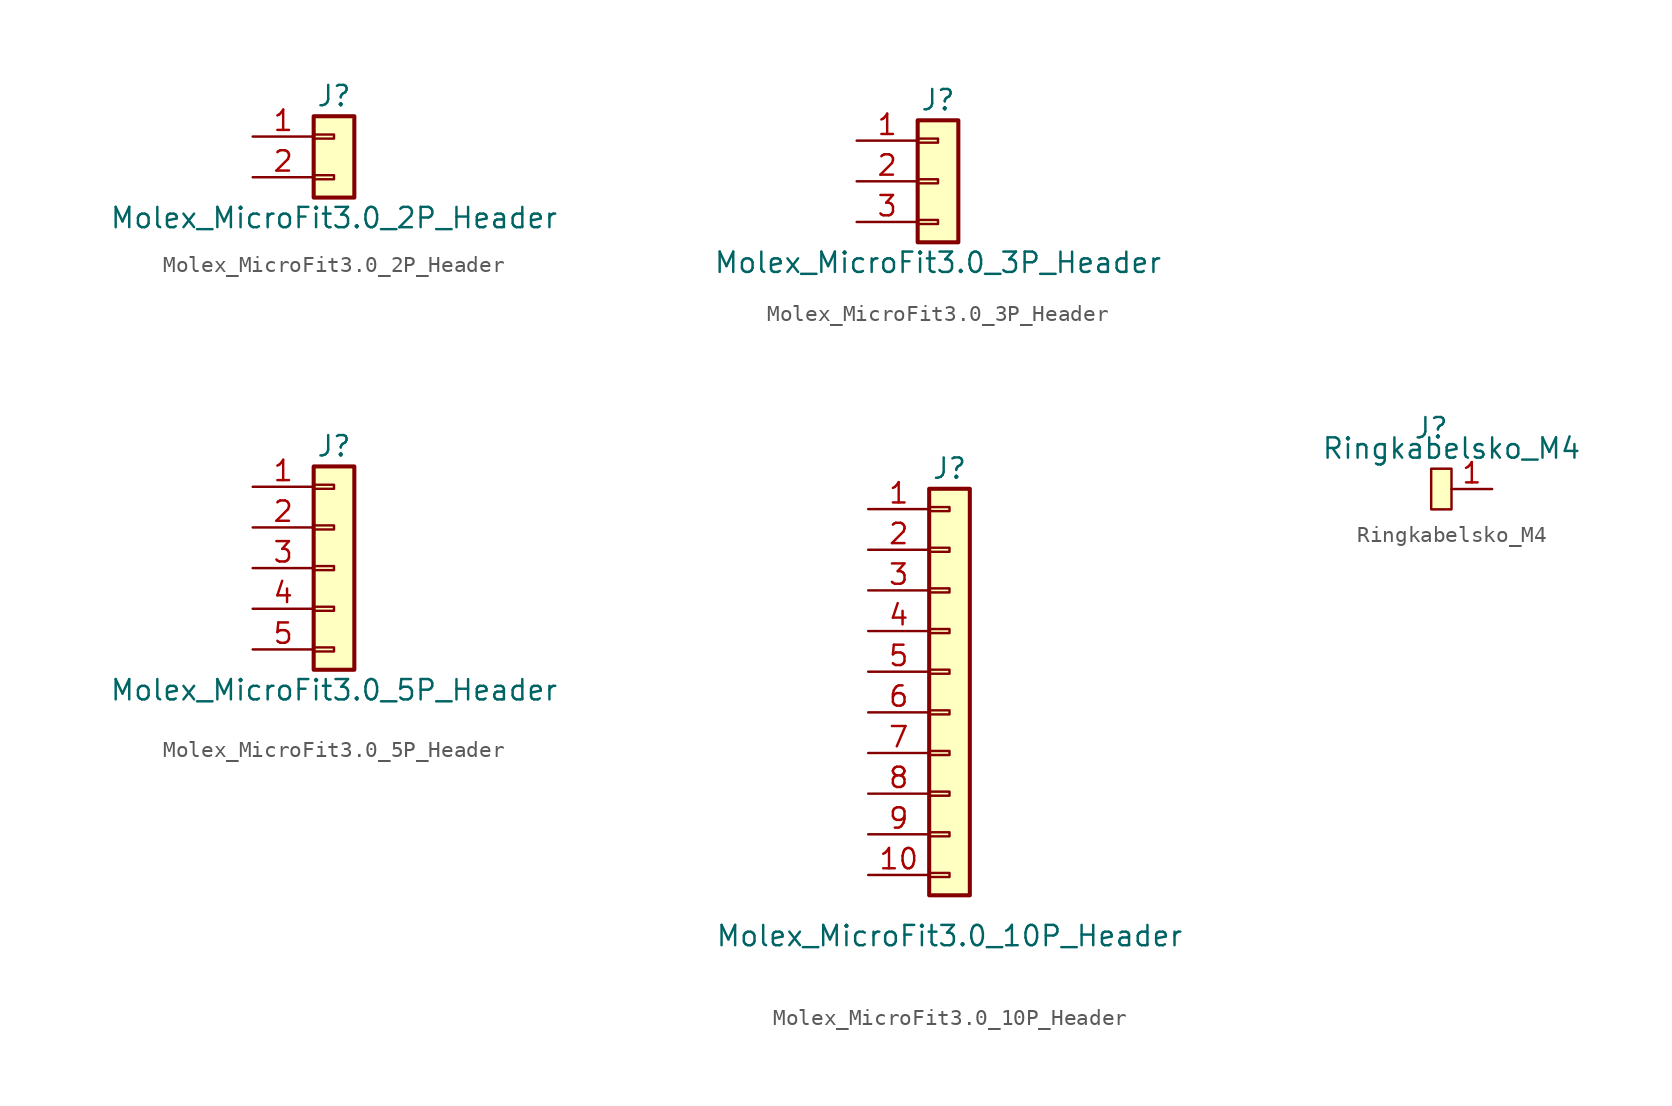
<source format=kicad_sym>
(kicad_symbol_lib
  (version 20241209)
  (generator "kicad_symbol_editor")
  (generator_version "9.0")
  (symbol "Molex_MicroFit3.0_2P_Header"
    (pin_names
      (offset 1.016))
    (property "Reference" "J"
      (at 1.27 1.27 0)
      (effects (font (size 1.27 1.27))))
    (property "Value" "Molex_MicroFit3.0_2P_Header"
      (at 1.27 -6.35 0)
      (effects (font (size 1.27 1.27))))
    (symbol "Molex_MicroFit3.0_2P_Header_1_1"
      (rectangle (start 0 0) (end 2.54 -5.08) (stroke (width 0.254) (type default)) (fill (type background)))
      (rectangle (start 0 -1.143) (end 1.27 -1.397) (stroke (width 0.152) (type default)) (fill (type none)))
      (rectangle (start 0 -3.683) (end 1.27 -3.937) (stroke (width 0.152) (type default)) (fill (type none)))
      (pin passive line (at -3.81 -1.27 0) (length 3.81) (name "~" (effects (font (size 1.27 1.27)))) (number "1" (effects (font (size 1.27 1.27)))))
      (pin passive line (at -3.81 -3.81 0) (length 3.81) (name "~" (effects (font (size 1.27 1.27)))) (number "2" (effects (font (size 1.27 1.27)))))))
  (symbol "Molex_MicroFit3.0_3P_Header"
    (pin_names
      (offset 1.016))
    (property "Reference" "J"
      (at 1.27 1.27 0)
      (effects (font (size 1.27 1.27))))
    (property "Value" "Molex_MicroFit3.0_3P_Header"
      (at 1.27 -8.89 0)
      (effects (font (size 1.27 1.27))))
    (symbol "Molex_MicroFit3.0_3P_Header_1_1"
      (rectangle (start 0 0) (end 2.54 -7.62) (stroke (width 0.254) (type default)) (fill (type background)))
      (rectangle (start 0 -1.143) (end 1.27 -1.397) (stroke (width 0.152) (type default)) (fill (type none)))
      (rectangle (start 0 -3.683) (end 1.27 -3.937) (stroke (width 0.152) (type default)) (fill (type none)))
      (rectangle (start 0 -6.223) (end 1.27 -6.477) (stroke (width 0.152) (type default)) (fill (type none)))
      (pin passive line (at -3.81 -1.27 0) (length 3.81) (name "~" (effects (font (size 1.27 1.27)))) (number "1" (effects (font (size 1.27 1.27)))))
      (pin passive line (at -3.81 -3.81 0) (length 3.81) (name "~" (effects (font (size 1.27 1.27)))) (number "2" (effects (font (size 1.27 1.27)))))
      (pin passive line (at -3.81 -6.35 0) (length 3.81) (name "~" (effects (font (size 1.27 1.27)))) (number "3" (effects (font (size 1.27 1.27)))))))
  (symbol "Molex_MicroFit3.0_5P_Header"
    (pin_names
      (offset 1.016))
    (property "Reference" "J"
      (at 1.27 1.27 0)
      (effects (font (size 1.27 1.27))))
    (property "Value" "Molex_MicroFit3.0_5P_Header"
      (at 1.27 -13.97 0)
      (effects (font (size 1.27 1.27))))
    (symbol "Molex_MicroFit3.0_5P_Header_1_1"
      (rectangle (start 0 0) (end 2.54 -12.7) (stroke (width 0.254) (type default)) (fill (type background)))
      (rectangle (start 0 -1.143) (end 1.27 -1.397) (stroke (width 0.152) (type default)) (fill (type none)))
      (rectangle (start 0 -3.683) (end 1.27 -3.937) (stroke (width 0.152) (type default)) (fill (type none)))
      (rectangle (start 0 -6.223) (end 1.27 -6.477) (stroke (width 0.152) (type default)) (fill (type none)))
      (rectangle (start 0 -8.763) (end 1.27 -9.017) (stroke (width 0.152) (type default)) (fill (type none)))
      (rectangle (start 0 -11.303) (end 1.27 -11.557) (stroke (width 0.152) (type default)) (fill (type none)))
      (pin passive line (at -3.81 -1.27 0) (length 3.81) (name "~" (effects (font (size 1.27 1.27)))) (number "1" (effects (font (size 1.27 1.27)))))
      (pin passive line (at -3.81 -3.81 0) (length 3.81) (name "~" (effects (font (size 1.27 1.27)))) (number "2" (effects (font (size 1.27 1.27)))))
      (pin passive line (at -3.81 -6.35 0) (length 3.81) (name "~" (effects (font (size 1.27 1.27)))) (number "3" (effects (font (size 1.27 1.27)))))
      (pin passive line (at -3.81 -8.89 0) (length 3.81) (name "~" (effects (font (size 1.27 1.27)))) (number "4" (effects (font (size 1.27 1.27)))))
      (pin passive line (at -3.81 -11.43 0) (length 3.81) (name "~" (effects (font (size 1.27 1.27)))) (number "5" (effects (font (size 1.27 1.27)))))))
  (symbol "Molex_MicroFit3.0_10P_Header"
    (pin_names
      (offset 1.016))
    (property "Reference" "J"
      (at 1.27 1.27 0)
      (effects (font (size 1.27 1.27))))
    (property "Value" "Molex_MicroFit3.0_10P_Header"
      (at 1.27 -27.94 0)
      (effects (font (size 1.27 1.27))))
    (symbol "Molex_MicroFit3.0_10P_Header_1_1"
      (rectangle (start 0 0) (end 2.54 -25.4) (stroke (width 0.254) (type default)) (fill (type background)))
      (rectangle (start 0 -1.143) (end 1.27 -1.397) (stroke (width 0.152) (type default)) (fill (type none)))
      (rectangle (start 0 -3.683) (end 1.27 -3.937) (stroke (width 0.152) (type default)) (fill (type none)))
      (rectangle (start 0 -6.223) (end 1.27 -6.477) (stroke (width 0.152) (type default)) (fill (type none)))
      (rectangle (start 0 -8.763) (end 1.27 -9.017) (stroke (width 0.152) (type default)) (fill (type none)))
      (rectangle (start 0 -11.303) (end 1.27 -11.557) (stroke (width 0.152) (type default)) (fill (type none)))
      (rectangle (start 0 -13.843) (end 1.27 -14.097) (stroke (width 0.152) (type default)) (fill (type none)))
      (rectangle (start 0 -16.383) (end 1.27 -16.637) (stroke (width 0.152) (type default)) (fill (type none)))
      (rectangle (start 0 -18.923) (end 1.27 -19.177) (stroke (width 0.152) (type default)) (fill (type none)))
      (rectangle (start 0 -21.463) (end 1.27 -21.717) (stroke (width 0.152) (type default)) (fill (type none)))
      (rectangle (start 0 -24.003) (end 1.27 -24.257) (stroke (width 0.152) (type default)) (fill (type none)))
      (pin passive line (at -3.81 -1.27 0) (length 3.81) (name "~" (effects (font (size 1.27 1.27)))) (number "1" (effects (font (size 1.27 1.27)))))
      (pin passive line (at -3.81 -3.81 0) (length 3.81) (name "~" (effects (font (size 1.27 1.27)))) (number "2" (effects (font (size 1.27 1.27)))))
      (pin passive line (at -3.81 -6.35 0) (length 3.81) (name "~" (effects (font (size 1.27 1.27)))) (number "3" (effects (font (size 1.27 1.27)))))
      (pin passive line (at -3.81 -8.89 0) (length 3.81) (name "~" (effects (font (size 1.27 1.27)))) (number "4" (effects (font (size 1.27 1.27)))))
      (pin passive line (at -3.81 -11.43 0) (length 3.81) (name "~" (effects (font (size 1.27 1.27)))) (number "5" (effects (font (size 1.27 1.27)))))
      (pin passive line (at -3.81 -13.97 0) (length 3.81) (name "~" (effects (font (size 1.27 1.27)))) (number "6" (effects (font (size 1.27 1.27)))))
      (pin passive line (at -3.81 -16.51 0) (length 3.81) (name "~" (effects (font (size 1.27 1.27)))) (number "7" (effects (font (size 1.27 1.27)))))
      (pin passive line (at -3.81 -19.05 0) (length 3.81) (name "~" (effects (font (size 1.27 1.27)))) (number "8" (effects (font (size 1.27 1.27)))))
      (pin passive line (at -3.81 -21.59 0) (length 3.81) (name "~" (effects (font (size 1.27 1.27)))) (number "9" (effects (font (size 1.27 1.27)))))
      (pin passive line (at -3.81 -24.13 0) (length 3.81) (name "~" (effects (font (size 1.27 1.27)))) (number "10" (effects (font (size 1.27 1.27)))))))
  (symbol "Ringkabelsko_M4"
    (pin_names
      (offset 1.016))
    (property "Reference" "J"
      (at -1.27 3.81 0)
      (effects (font (size 1.27 1.27))))
    (property "Value" "Ringkabelsko_M4"
      (at 0 2.54 0)
      (effects (font (size 1.27 1.27))))
    (symbol "Ringkabelsko_M4_0_1"
      (rectangle (start 0 -1.27) (end -1.27 1.27) (stroke (width 0) (type default)) (fill (type background))))
    (symbol "Ringkabelsko_M4_1_1"
      (pin unspecified line (at 2.54 0 180) (length 2.54) (name "~" (effects (font (size 1.27 1.27)))) (number "1" (effects (font (size 1.27 1.27))))))))
</source>
